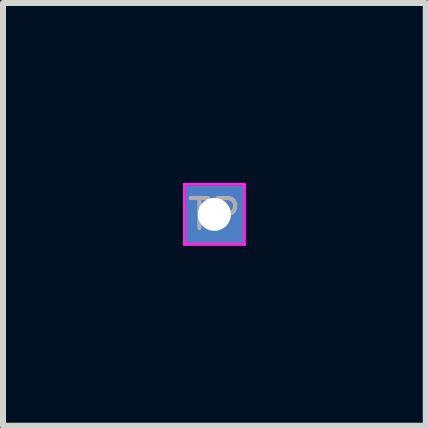
<source format=kicad_pcb>
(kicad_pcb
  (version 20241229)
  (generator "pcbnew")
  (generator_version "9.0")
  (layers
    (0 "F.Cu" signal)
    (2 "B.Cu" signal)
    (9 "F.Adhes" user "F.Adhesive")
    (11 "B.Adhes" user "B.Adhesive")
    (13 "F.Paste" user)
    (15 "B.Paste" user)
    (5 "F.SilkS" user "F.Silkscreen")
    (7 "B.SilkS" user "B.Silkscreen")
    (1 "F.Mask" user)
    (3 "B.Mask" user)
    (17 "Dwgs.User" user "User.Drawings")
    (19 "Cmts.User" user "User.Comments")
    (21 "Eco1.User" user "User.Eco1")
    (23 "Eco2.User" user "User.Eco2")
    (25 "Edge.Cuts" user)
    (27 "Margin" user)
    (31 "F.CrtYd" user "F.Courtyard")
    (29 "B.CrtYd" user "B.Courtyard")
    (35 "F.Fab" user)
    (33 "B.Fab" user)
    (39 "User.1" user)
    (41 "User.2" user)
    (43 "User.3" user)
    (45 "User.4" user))
  (footprint "TP"
    (layer "F.Cu")
    (at 0.525 0.525)
    (property "Reference" "TP" (at 0 0 180) (layer "F.Fab") (effects (font (size 0.5 0.5) (thickness 0.07))))
    (attr through_hole)
    (fp_line (start -0.5 0.5) (end -0.5 -0.5) (stroke (width 0.05) (type solid)) (layer "F.CrtYd"))
    (fp_line (start 0.5 -0.5) (end -0.5 -0.5) (stroke (width 0.05) (type solid)) (layer "F.CrtYd"))
    (fp_line (start 0.5 -0.5) (end 0.5 0.5) (stroke (width 0.05) (type solid)) (layer "F.CrtYd"))
    (fp_line (start 0.5 0.5) (end -0.5 0.5) (stroke (width 0.05) (type solid)) (layer "F.CrtYd"))
    (pad "1" thru_hole trapezoid (at 0 0 270) (size 0.95 0.95) (drill 0.55) (layers "*.Cu" "F.Mask")))
  (gr_rect
    (start -3 -3)
    (end 4.05 4.05)
    (stroke (width 0.1) (type default))
    (fill no)
    (layer "Edge.Cuts")))
</source>
